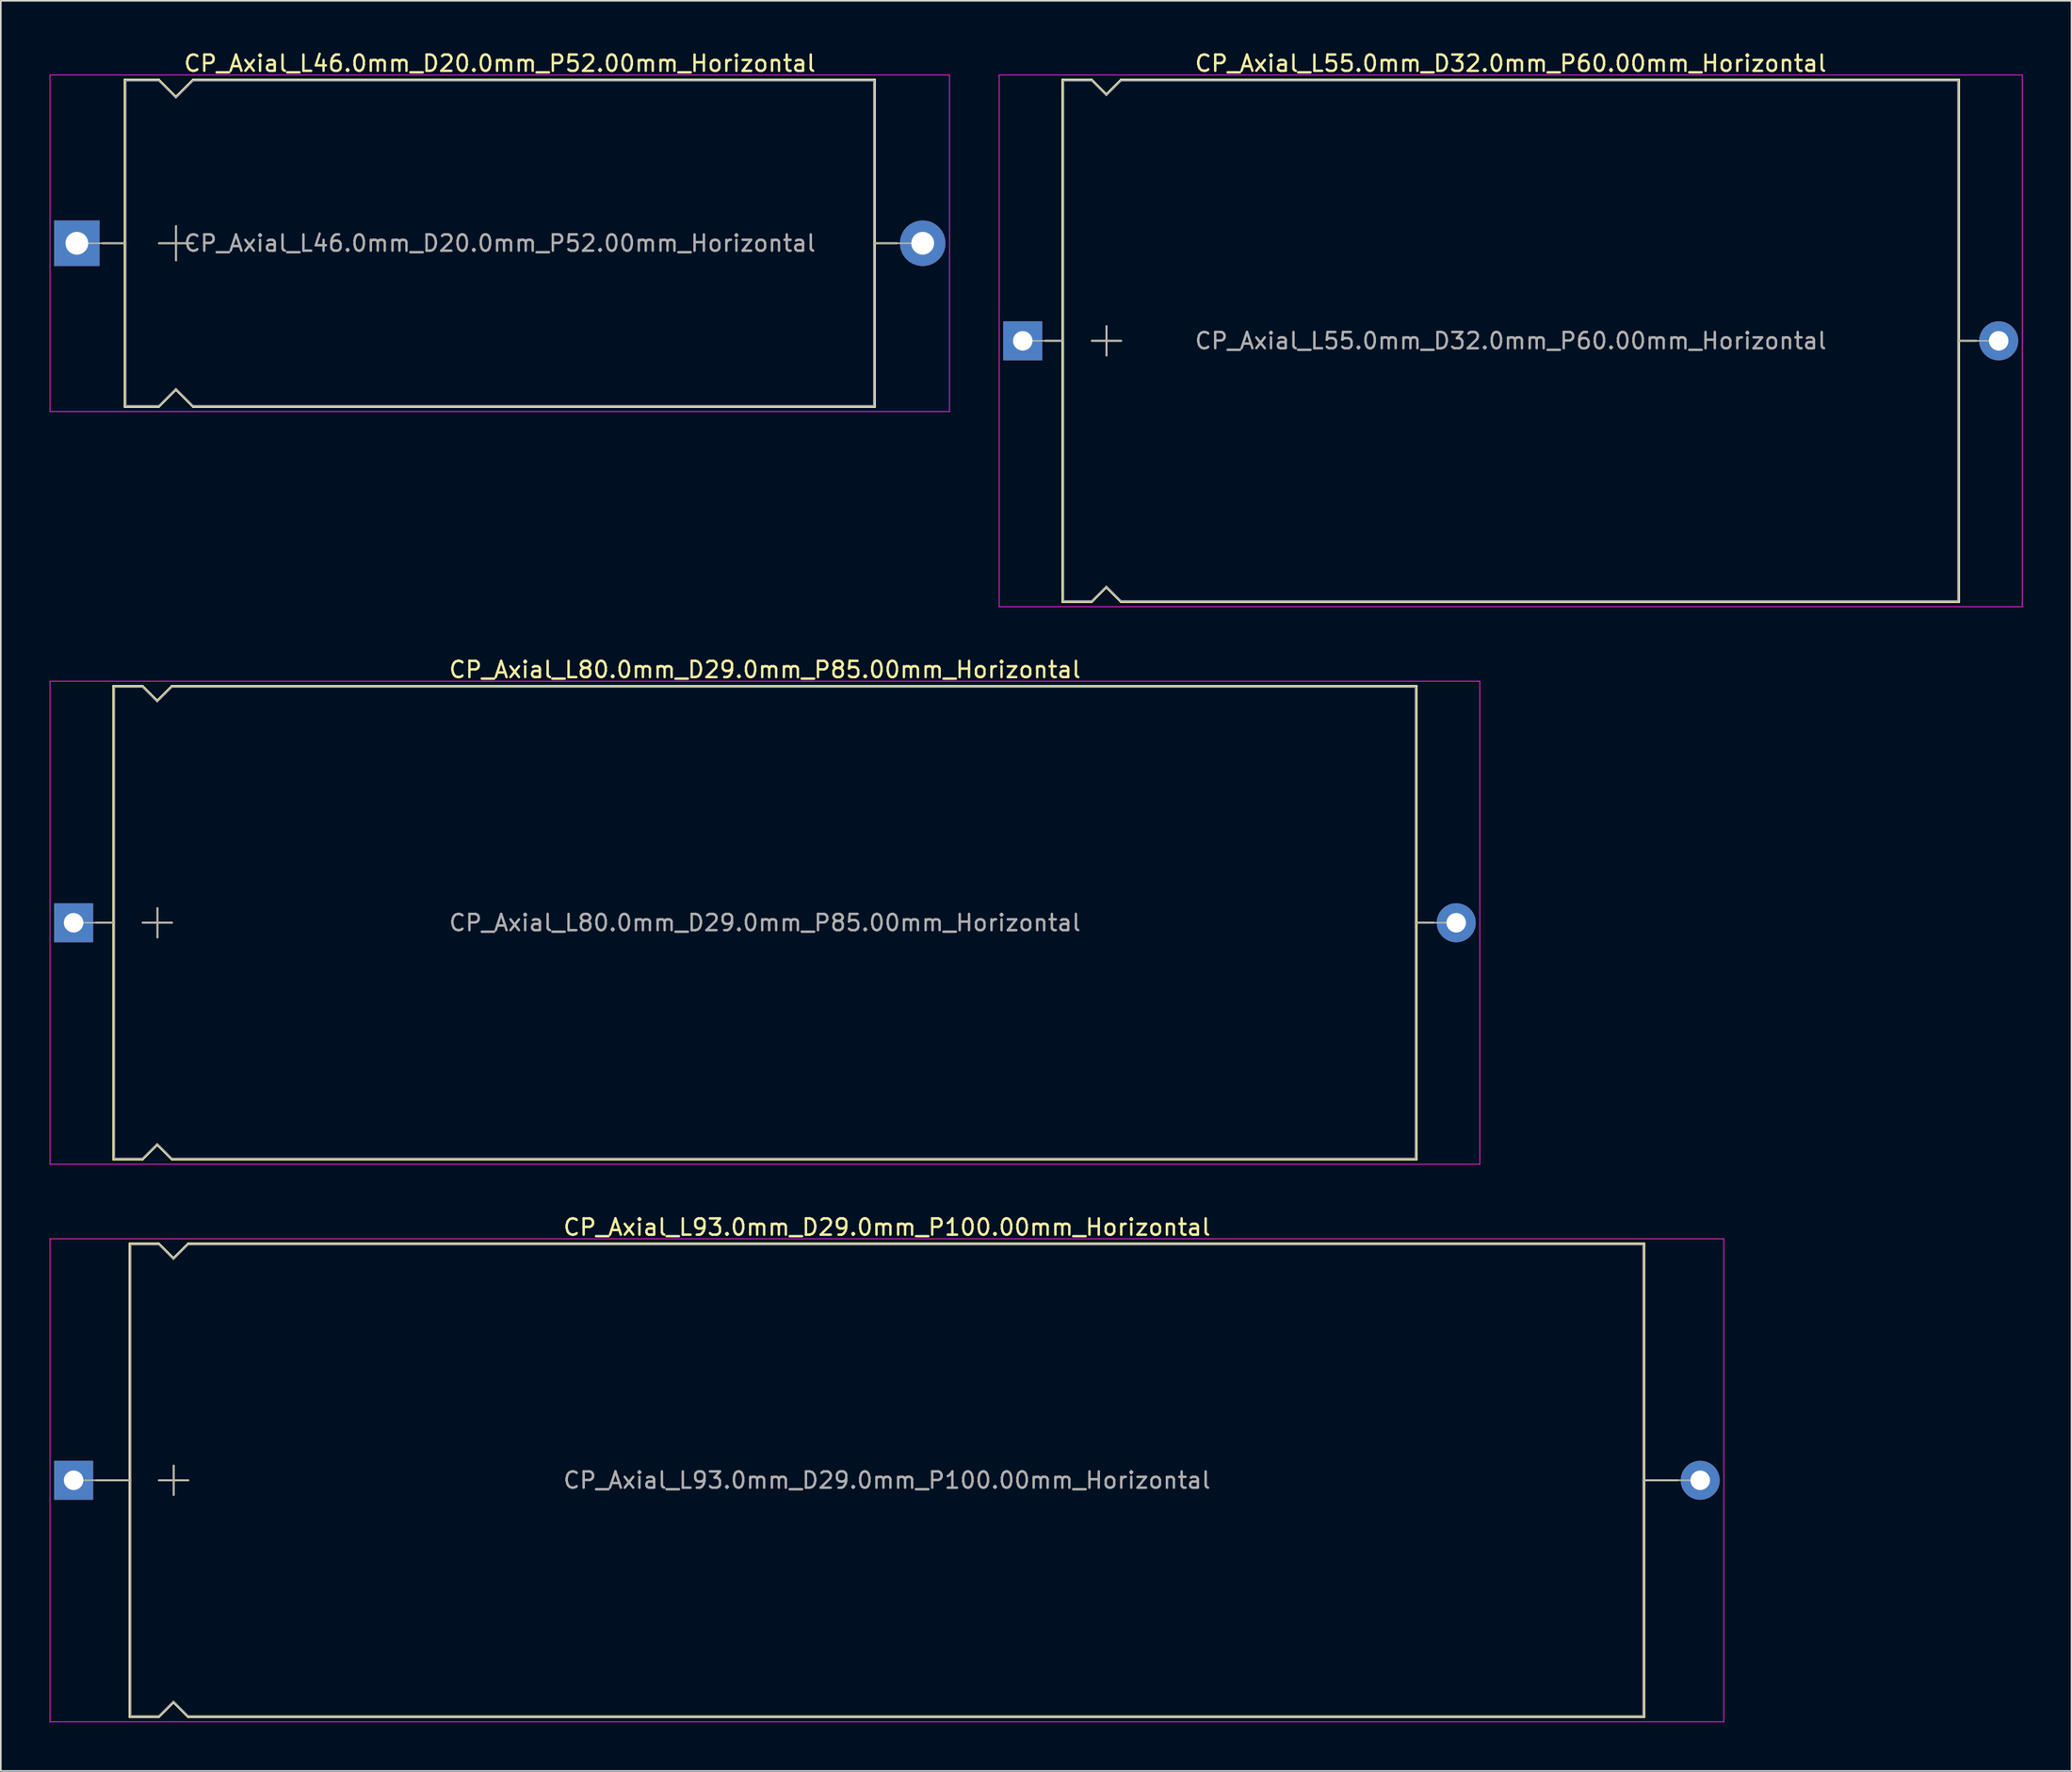
<source format=kicad_pcb>
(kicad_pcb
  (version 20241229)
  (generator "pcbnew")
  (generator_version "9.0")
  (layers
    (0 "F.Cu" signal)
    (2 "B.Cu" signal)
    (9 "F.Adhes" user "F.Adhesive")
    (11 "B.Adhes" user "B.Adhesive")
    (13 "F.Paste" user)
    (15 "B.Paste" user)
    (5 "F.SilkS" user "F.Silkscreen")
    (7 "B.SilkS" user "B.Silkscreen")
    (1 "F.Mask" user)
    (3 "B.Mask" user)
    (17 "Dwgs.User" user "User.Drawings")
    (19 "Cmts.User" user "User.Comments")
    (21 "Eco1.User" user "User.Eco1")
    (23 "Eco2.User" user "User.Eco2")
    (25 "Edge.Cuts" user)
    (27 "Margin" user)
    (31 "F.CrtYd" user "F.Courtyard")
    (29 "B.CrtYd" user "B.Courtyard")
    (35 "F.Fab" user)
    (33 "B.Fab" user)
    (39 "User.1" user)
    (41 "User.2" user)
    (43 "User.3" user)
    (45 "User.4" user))
  (footprint "CP_Axial_L55.0mm_D32.0mm_P60.00mm_Horizontal"
    (layer "F.Cu")
    (at 59.825 17.908)
    (property "Reference" "CP_Axial_L55.0mm_D32.0mm_P60.00mm_Horizontal" (at 30 -17.06 0) (layer "F.SilkS") (effects (font (size 1 1) (thickness 0.15))))
    (attr through_hole)
    (fp_line (start 1.38 0) (end 2.44 0) (stroke (width 0.12) (type solid)) (layer "F.SilkS"))
    (fp_line (start 2.44 -16.06) (end 2.44 16.06) (stroke (width 0.12) (type solid)) (layer "F.SilkS"))
    (fp_line (start 2.44 -16.06) (end 4.24 -16.06) (stroke (width 0.12) (type solid)) (layer "F.SilkS"))
    (fp_line (start 2.44 16.06) (end 4.24 16.06) (stroke (width 0.12) (type solid)) (layer "F.SilkS"))
    (fp_line (start 4.24 -16.06) (end 5.14 -15.16) (stroke (width 0.12) (type solid)) (layer "F.SilkS"))
    (fp_line (start 4.24 16.06) (end 5.14 15.16) (stroke (width 0.12) (type solid)) (layer "F.SilkS"))
    (fp_line (start 4.25 0) (end 6.05 0) (stroke (width 0.12) (type solid)) (layer "F.SilkS"))
    (fp_line (start 5.14 -15.16) (end 6.04 -16.06) (stroke (width 0.12) (type solid)) (layer "F.SilkS"))
    (fp_line (start 5.14 15.16) (end 6.04 16.06) (stroke (width 0.12) (type solid)) (layer "F.SilkS"))
    (fp_line (start 5.15 -0.9) (end 5.15 0.9) (stroke (width 0.12) (type solid)) (layer "F.SilkS"))
    (fp_line (start 6.04 -16.06) (end 57.56 -16.06) (stroke (width 0.12) (type solid)) (layer "F.SilkS"))
    (fp_line (start 6.04 16.06) (end 57.56 16.06) (stroke (width 0.12) (type solid)) (layer "F.SilkS"))
    (fp_line (start 57.56 -16.06) (end 57.56 16.06) (stroke (width 0.12) (type solid)) (layer "F.SilkS"))
    (fp_line (start 58.62 0) (end 57.56 0) (stroke (width 0.12) (type solid)) (layer "F.SilkS"))
    (fp_line (start -1.45 -16.35) (end -1.45 16.35) (stroke (width 0.05) (type solid)) (layer "F.CrtYd"))
    (fp_line (start -1.45 16.35) (end 61.45 16.35) (stroke (width 0.05) (type solid)) (layer "F.CrtYd"))
    (fp_line (start 61.45 -16.35) (end -1.45 -16.35) (stroke (width 0.05) (type solid)) (layer "F.CrtYd"))
    (fp_line (start 61.45 16.35) (end 61.45 -16.35) (stroke (width 0.05) (type solid)) (layer "F.CrtYd"))
    (fp_line (start 0 0) (end 2.5 0) (stroke (width 0.1) (type solid)) (layer "F.Fab"))
    (fp_line (start 2.5 -16) (end 2.5 16) (stroke (width 0.1) (type solid)) (layer "F.Fab"))
    (fp_line (start 2.5 -16) (end 4.24 -16) (stroke (width 0.1) (type solid)) (layer "F.Fab"))
    (fp_line (start 2.5 16) (end 4.24 16) (stroke (width 0.1) (type solid)) (layer "F.Fab"))
    (fp_line (start 4.24 -16) (end 5.14 -15.1) (stroke (width 0.1) (type solid)) (layer "F.Fab"))
    (fp_line (start 4.24 16) (end 5.14 15.1) (stroke (width 0.1) (type solid)) (layer "F.Fab"))
    (fp_line (start 4.25 0) (end 6.05 0) (stroke (width 0.1) (type solid)) (layer "F.Fab"))
    (fp_line (start 5.14 -15.1) (end 6.04 -16) (stroke (width 0.1) (type solid)) (layer "F.Fab"))
    (fp_line (start 5.14 15.1) (end 6.04 16) (stroke (width 0.1) (type solid)) (layer "F.Fab"))
    (fp_line (start 5.15 -0.9) (end 5.15 0.9) (stroke (width 0.1) (type solid)) (layer "F.Fab"))
    (fp_line (start 6.04 -16) (end 57.5 -16) (stroke (width 0.1) (type solid)) (layer "F.Fab"))
    (fp_line (start 6.04 16) (end 57.5 16) (stroke (width 0.1) (type solid)) (layer "F.Fab"))
    (fp_line (start 57.5 -16) (end 57.5 16) (stroke (width 0.1) (type solid)) (layer "F.Fab"))
    (fp_line (start 60 0) (end 57.5 0) (stroke (width 0.1) (type solid)) (layer "F.Fab"))
    (fp_text user "${REFERENCE}" (at 30 0 0) (layer "F.Fab") (effects (font (size 1 1) (thickness 0.15))))
    (pad "1" thru_hole rect (at 0 0) (size 2.4 2.4) (drill 1.2) (layers "*.Cu" "*.Mask"))
    (pad "2" thru_hole oval (at 60 0) (size 2.4 2.4) (drill 1.2) (layers "*.Cu" "*.Mask")))
  (footprint "CP_Axial_L93.0mm_D29.0mm_P100.00mm_Horizontal"
    (layer "F.Cu")
    (at 1.475 87.975)
    (property "Reference" "CP_Axial_L93.0mm_D29.0mm_P100.00mm_Horizontal" (at 50 -15.56 0) (layer "F.SilkS") (effects (font (size 1 1) (thickness 0.15))))
    (attr through_hole)
    (fp_line (start 1.38 0) (end 3.44 0) (stroke (width 0.12) (type solid)) (layer "F.SilkS"))
    (fp_line (start 3.44 -14.56) (end 3.44 14.56) (stroke (width 0.12) (type solid)) (layer "F.SilkS"))
    (fp_line (start 3.44 -14.56) (end 5.24 -14.56) (stroke (width 0.12) (type solid)) (layer "F.SilkS"))
    (fp_line (start 3.44 14.56) (end 5.24 14.56) (stroke (width 0.12) (type solid)) (layer "F.SilkS"))
    (fp_line (start 5.24 -14.56) (end 6.14 -13.66) (stroke (width 0.12) (type solid)) (layer "F.SilkS"))
    (fp_line (start 5.24 14.56) (end 6.14 13.66) (stroke (width 0.12) (type solid)) (layer "F.SilkS"))
    (fp_line (start 5.25 0) (end 7.05 0) (stroke (width 0.12) (type solid)) (layer "F.SilkS"))
    (fp_line (start 6.14 -13.66) (end 7.04 -14.56) (stroke (width 0.12) (type solid)) (layer "F.SilkS"))
    (fp_line (start 6.14 13.66) (end 7.04 14.56) (stroke (width 0.12) (type solid)) (layer "F.SilkS"))
    (fp_line (start 6.15 -0.9) (end 6.15 0.9) (stroke (width 0.12) (type solid)) (layer "F.SilkS"))
    (fp_line (start 7.04 -14.56) (end 96.56 -14.56) (stroke (width 0.12) (type solid)) (layer "F.SilkS"))
    (fp_line (start 7.04 14.56) (end 96.56 14.56) (stroke (width 0.12) (type solid)) (layer "F.SilkS"))
    (fp_line (start 96.56 -14.56) (end 96.56 14.56) (stroke (width 0.12) (type solid)) (layer "F.SilkS"))
    (fp_line (start 98.62 0) (end 96.56 0) (stroke (width 0.12) (type solid)) (layer "F.SilkS"))
    (fp_line (start -1.45 -14.85) (end -1.45 14.85) (stroke (width 0.05) (type solid)) (layer "F.CrtYd"))
    (fp_line (start -1.45 14.85) (end 101.45 14.85) (stroke (width 0.05) (type solid)) (layer "F.CrtYd"))
    (fp_line (start 101.45 -14.85) (end -1.45 -14.85) (stroke (width 0.05) (type solid)) (layer "F.CrtYd"))
    (fp_line (start 101.45 14.85) (end 101.45 -14.85) (stroke (width 0.05) (type solid)) (layer "F.CrtYd"))
    (fp_line (start 0 0) (end 3.5 0) (stroke (width 0.1) (type solid)) (layer "F.Fab"))
    (fp_line (start 3.5 -14.5) (end 3.5 14.5) (stroke (width 0.1) (type solid)) (layer "F.Fab"))
    (fp_line (start 3.5 -14.5) (end 5.24 -14.5) (stroke (width 0.1) (type solid)) (layer "F.Fab"))
    (fp_line (start 3.5 14.5) (end 5.24 14.5) (stroke (width 0.1) (type solid)) (layer "F.Fab"))
    (fp_line (start 5.24 -14.5) (end 6.14 -13.6) (stroke (width 0.1) (type solid)) (layer "F.Fab"))
    (fp_line (start 5.24 14.5) (end 6.14 13.6) (stroke (width 0.1) (type solid)) (layer "F.Fab"))
    (fp_line (start 5.25 0) (end 7.05 0) (stroke (width 0.1) (type solid)) (layer "F.Fab"))
    (fp_line (start 6.14 -13.6) (end 7.04 -14.5) (stroke (width 0.1) (type solid)) (layer "F.Fab"))
    (fp_line (start 6.14 13.6) (end 7.04 14.5) (stroke (width 0.1) (type solid)) (layer "F.Fab"))
    (fp_line (start 6.15 -0.9) (end 6.15 0.9) (stroke (width 0.1) (type solid)) (layer "F.Fab"))
    (fp_line (start 7.04 -14.5) (end 96.5 -14.5) (stroke (width 0.1) (type solid)) (layer "F.Fab"))
    (fp_line (start 7.04 14.5) (end 96.5 14.5) (stroke (width 0.1) (type solid)) (layer "F.Fab"))
    (fp_line (start 96.5 -14.5) (end 96.5 14.5) (stroke (width 0.1) (type solid)) (layer "F.Fab"))
    (fp_line (start 100 0) (end 96.5 0) (stroke (width 0.1) (type solid)) (layer "F.Fab"))
    (fp_text user "${REFERENCE}" (at 50 0 0) (layer "F.Fab") (effects (font (size 1 1) (thickness 0.15))))
    (pad "1" thru_hole rect (at 0 0) (size 2.4 2.4) (drill 1.2) (layers "*.Cu" "*.Mask"))
    (pad "2" thru_hole oval (at 100 0) (size 2.4 2.4) (drill 1.2) (layers "*.Cu" "*.Mask")))
  (footprint "CP_Axial_L46.0mm_D20.0mm_P52.00mm_Horizontal"
    (layer "F.Cu")
    (at 1.675 11.908)
    (property "Reference" "CP_Axial_L46.0mm_D20.0mm_P52.00mm_Horizontal" (at 26 -11.06 0) (layer "F.SilkS") (effects (font (size 1 1) (thickness 0.15))))
    (attr through_hole)
    (fp_line (start 1.58 0) (end 2.94 0) (stroke (width 0.12) (type solid)) (layer "F.SilkS"))
    (fp_line (start 2.94 -10.06) (end 2.94 10.06) (stroke (width 0.12) (type solid)) (layer "F.SilkS"))
    (fp_line (start 2.94 -10.06) (end 5.04 -10.06) (stroke (width 0.12) (type solid)) (layer "F.SilkS"))
    (fp_line (start 2.94 10.06) (end 5.04 10.06) (stroke (width 0.12) (type solid)) (layer "F.SilkS"))
    (fp_line (start 5.04 -10.06) (end 6.09 -9.01) (stroke (width 0.12) (type solid)) (layer "F.SilkS"))
    (fp_line (start 5.04 10.06) (end 6.09 9.01) (stroke (width 0.12) (type solid)) (layer "F.SilkS"))
    (fp_line (start 5.05 0) (end 7.15 0) (stroke (width 0.12) (type solid)) (layer "F.SilkS"))
    (fp_line (start 6.09 -9.01) (end 7.14 -10.06) (stroke (width 0.12) (type solid)) (layer "F.SilkS"))
    (fp_line (start 6.09 9.01) (end 7.14 10.06) (stroke (width 0.12) (type solid)) (layer "F.SilkS"))
    (fp_line (start 6.1 -1.05) (end 6.1 1.05) (stroke (width 0.12) (type solid)) (layer "F.SilkS"))
    (fp_line (start 7.14 -10.06) (end 49.06 -10.06) (stroke (width 0.12) (type solid)) (layer "F.SilkS"))
    (fp_line (start 7.14 10.06) (end 49.06 10.06) (stroke (width 0.12) (type solid)) (layer "F.SilkS"))
    (fp_line (start 49.06 -10.06) (end 49.06 10.06) (stroke (width 0.12) (type solid)) (layer "F.SilkS"))
    (fp_line (start 50.42 0) (end 49.06 0) (stroke (width 0.12) (type solid)) (layer "F.SilkS"))
    (fp_line (start -1.65 -10.35) (end -1.65 10.35) (stroke (width 0.05) (type solid)) (layer "F.CrtYd"))
    (fp_line (start -1.65 10.35) (end 53.65 10.35) (stroke (width 0.05) (type solid)) (layer "F.CrtYd"))
    (fp_line (start 53.65 -10.35) (end -1.65 -10.35) (stroke (width 0.05) (type solid)) (layer "F.CrtYd"))
    (fp_line (start 53.65 10.35) (end 53.65 -10.35) (stroke (width 0.05) (type solid)) (layer "F.CrtYd"))
    (fp_line (start 0 0) (end 3 0) (stroke (width 0.1) (type solid)) (layer "F.Fab"))
    (fp_line (start 3 -10) (end 3 10) (stroke (width 0.1) (type solid)) (layer "F.Fab"))
    (fp_line (start 3 -10) (end 5.04 -10) (stroke (width 0.1) (type solid)) (layer "F.Fab"))
    (fp_line (start 3 10) (end 5.04 10) (stroke (width 0.1) (type solid)) (layer "F.Fab"))
    (fp_line (start 5.04 -10) (end 6.09 -8.95) (stroke (width 0.1) (type solid)) (layer "F.Fab"))
    (fp_line (start 5.04 10) (end 6.09 8.95) (stroke (width 0.1) (type solid)) (layer "F.Fab"))
    (fp_line (start 5.05 0) (end 7.15 0) (stroke (width 0.1) (type solid)) (layer "F.Fab"))
    (fp_line (start 6.09 -8.95) (end 7.14 -10) (stroke (width 0.1) (type solid)) (layer "F.Fab"))
    (fp_line (start 6.09 8.95) (end 7.14 10) (stroke (width 0.1) (type solid)) (layer "F.Fab"))
    (fp_line (start 6.1 -1.05) (end 6.1 1.05) (stroke (width 0.1) (type solid)) (layer "F.Fab"))
    (fp_line (start 7.14 -10) (end 49 -10) (stroke (width 0.1) (type solid)) (layer "F.Fab"))
    (fp_line (start 7.14 10) (end 49 10) (stroke (width 0.1) (type solid)) (layer "F.Fab"))
    (fp_line (start 49 -10) (end 49 10) (stroke (width 0.1) (type solid)) (layer "F.Fab"))
    (fp_line (start 52 0) (end 49 0) (stroke (width 0.1) (type solid)) (layer "F.Fab"))
    (fp_text user "${REFERENCE}" (at 26 0 0) (layer "F.Fab") (effects (font (size 1 1) (thickness 0.15))))
    (pad "1" thru_hole rect (at 0 0) (size 2.8 2.8) (drill 1.4) (layers "*.Cu" "*.Mask"))
    (pad "2" thru_hole oval (at 52 0) (size 2.8 2.8) (drill 1.4) (layers "*.Cu" "*.Mask")))
  (footprint "CP_Axial_L80.0mm_D29.0mm_P85.00mm_Horizontal"
    (layer "F.Cu")
    (at 1.475 53.691)
    (property "Reference" "CP_Axial_L80.0mm_D29.0mm_P85.00mm_Horizontal" (at 42.5 -15.56 0) (layer "F.SilkS") (effects (font (size 1 1) (thickness 0.15))))
    (attr through_hole)
    (fp_line (start 1.38 0) (end 2.44 0) (stroke (width 0.12) (type solid)) (layer "F.SilkS"))
    (fp_line (start 2.44 -14.56) (end 2.44 14.56) (stroke (width 0.12) (type solid)) (layer "F.SilkS"))
    (fp_line (start 2.44 -14.56) (end 4.24 -14.56) (stroke (width 0.12) (type solid)) (layer "F.SilkS"))
    (fp_line (start 2.44 14.56) (end 4.24 14.56) (stroke (width 0.12) (type solid)) (layer "F.SilkS"))
    (fp_line (start 4.24 -14.56) (end 5.14 -13.66) (stroke (width 0.12) (type solid)) (layer "F.SilkS"))
    (fp_line (start 4.24 14.56) (end 5.14 13.66) (stroke (width 0.12) (type solid)) (layer "F.SilkS"))
    (fp_line (start 4.25 0) (end 6.05 0) (stroke (width 0.12) (type solid)) (layer "F.SilkS"))
    (fp_line (start 5.14 -13.66) (end 6.04 -14.56) (stroke (width 0.12) (type solid)) (layer "F.SilkS"))
    (fp_line (start 5.14 13.66) (end 6.04 14.56) (stroke (width 0.12) (type solid)) (layer "F.SilkS"))
    (fp_line (start 5.15 -0.9) (end 5.15 0.9) (stroke (width 0.12) (type solid)) (layer "F.SilkS"))
    (fp_line (start 6.04 -14.56) (end 82.56 -14.56) (stroke (width 0.12) (type solid)) (layer "F.SilkS"))
    (fp_line (start 6.04 14.56) (end 82.56 14.56) (stroke (width 0.12) (type solid)) (layer "F.SilkS"))
    (fp_line (start 82.56 -14.56) (end 82.56 14.56) (stroke (width 0.12) (type solid)) (layer "F.SilkS"))
    (fp_line (start 83.62 0) (end 82.56 0) (stroke (width 0.12) (type solid)) (layer "F.SilkS"))
    (fp_line (start -1.45 -14.85) (end -1.45 14.85) (stroke (width 0.05) (type solid)) (layer "F.CrtYd"))
    (fp_line (start -1.45 14.85) (end 86.45 14.85) (stroke (width 0.05) (type solid)) (layer "F.CrtYd"))
    (fp_line (start 86.45 -14.85) (end -1.45 -14.85) (stroke (width 0.05) (type solid)) (layer "F.CrtYd"))
    (fp_line (start 86.45 14.85) (end 86.45 -14.85) (stroke (width 0.05) (type solid)) (layer "F.CrtYd"))
    (fp_line (start 0 0) (end 2.5 0) (stroke (width 0.1) (type solid)) (layer "F.Fab"))
    (fp_line (start 2.5 -14.5) (end 2.5 14.5) (stroke (width 0.1) (type solid)) (layer "F.Fab"))
    (fp_line (start 2.5 -14.5) (end 4.24 -14.5) (stroke (width 0.1) (type solid)) (layer "F.Fab"))
    (fp_line (start 2.5 14.5) (end 4.24 14.5) (stroke (width 0.1) (type solid)) (layer "F.Fab"))
    (fp_line (start 4.24 -14.5) (end 5.14 -13.6) (stroke (width 0.1) (type solid)) (layer "F.Fab"))
    (fp_line (start 4.24 14.5) (end 5.14 13.6) (stroke (width 0.1) (type solid)) (layer "F.Fab"))
    (fp_line (start 4.25 0) (end 6.05 0) (stroke (width 0.1) (type solid)) (layer "F.Fab"))
    (fp_line (start 5.14 -13.6) (end 6.04 -14.5) (stroke (width 0.1) (type solid)) (layer "F.Fab"))
    (fp_line (start 5.14 13.6) (end 6.04 14.5) (stroke (width 0.1) (type solid)) (layer "F.Fab"))
    (fp_line (start 5.15 -0.9) (end 5.15 0.9) (stroke (width 0.1) (type solid)) (layer "F.Fab"))
    (fp_line (start 6.04 -14.5) (end 82.5 -14.5) (stroke (width 0.1) (type solid)) (layer "F.Fab"))
    (fp_line (start 6.04 14.5) (end 82.5 14.5) (stroke (width 0.1) (type solid)) (layer "F.Fab"))
    (fp_line (start 82.5 -14.5) (end 82.5 14.5) (stroke (width 0.1) (type solid)) (layer "F.Fab"))
    (fp_line (start 85 0) (end 82.5 0) (stroke (width 0.1) (type solid)) (layer "F.Fab"))
    (fp_text user "${REFERENCE}" (at 42.5 0 0) (layer "F.Fab") (effects (font (size 1 1) (thickness 0.15))))
    (pad "1" thru_hole rect (at 0 0) (size 2.4 2.4) (drill 1.2) (layers "*.Cu" "*.Mask"))
    (pad "2" thru_hole oval (at 85 0) (size 2.4 2.4) (drill 1.2) (layers "*.Cu" "*.Mask")))
  (gr_rect
    (start -3 -3)
    (end 124.3 105.85)
    (stroke (width 0.1) (type default))
    (fill no)
    (layer "Edge.Cuts")))
</source>
